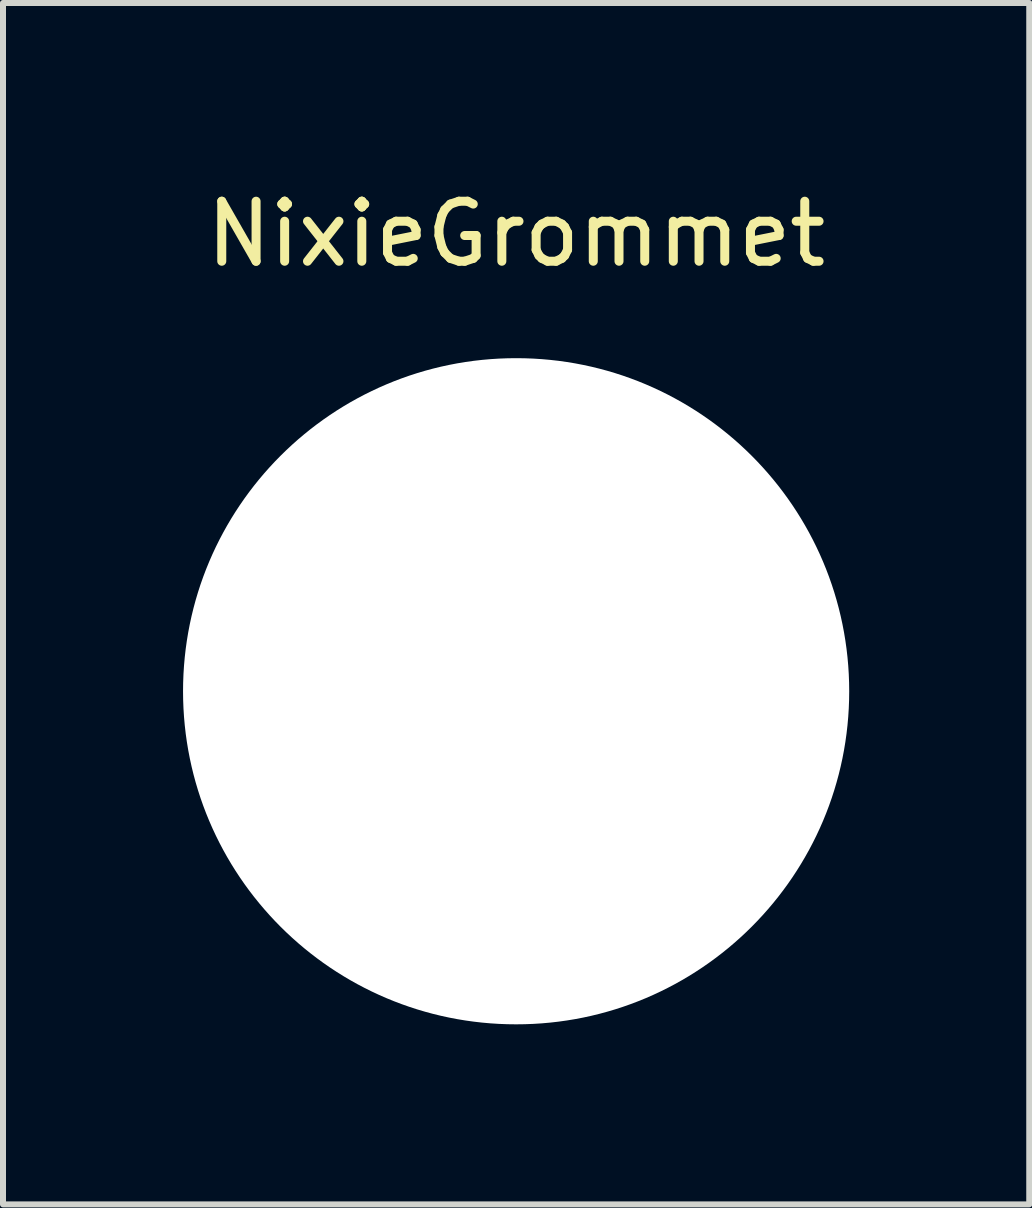
<source format=kicad_pcb>
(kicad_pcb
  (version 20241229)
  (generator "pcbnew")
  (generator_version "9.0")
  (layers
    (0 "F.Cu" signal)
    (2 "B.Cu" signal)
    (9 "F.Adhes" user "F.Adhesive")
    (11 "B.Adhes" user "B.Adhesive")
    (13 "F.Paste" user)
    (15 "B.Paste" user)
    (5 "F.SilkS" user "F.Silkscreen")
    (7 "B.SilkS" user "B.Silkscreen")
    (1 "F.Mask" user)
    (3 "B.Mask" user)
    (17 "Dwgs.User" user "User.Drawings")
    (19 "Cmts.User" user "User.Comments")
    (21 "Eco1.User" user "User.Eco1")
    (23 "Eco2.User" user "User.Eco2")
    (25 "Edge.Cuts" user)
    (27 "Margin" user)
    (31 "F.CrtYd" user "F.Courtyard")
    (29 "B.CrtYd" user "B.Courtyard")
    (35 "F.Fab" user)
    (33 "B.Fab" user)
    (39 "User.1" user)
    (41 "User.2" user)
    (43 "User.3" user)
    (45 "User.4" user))
  (footprint "NixieGrommet"
    (layer "F.Cu")
    (at 5.55 7.198)
    (property "Reference" "NixieGrommet" (at 0 -6.35 0) (layer "F.SilkS") (effects (font (size 1 1) (thickness 0.15))))
    (attr through_hole)
    (pad "" np_thru_hole circle (at 0 1.27) (size 11.1 11.1) (drill 11.1) (layers "*.Cu" "*.Mask")))
  (gr_rect
    (start -3 -3)
    (end 14.1 17.018)
    (stroke (width 0.1) (type default))
    (fill no)
    (layer "Edge.Cuts")))
</source>
